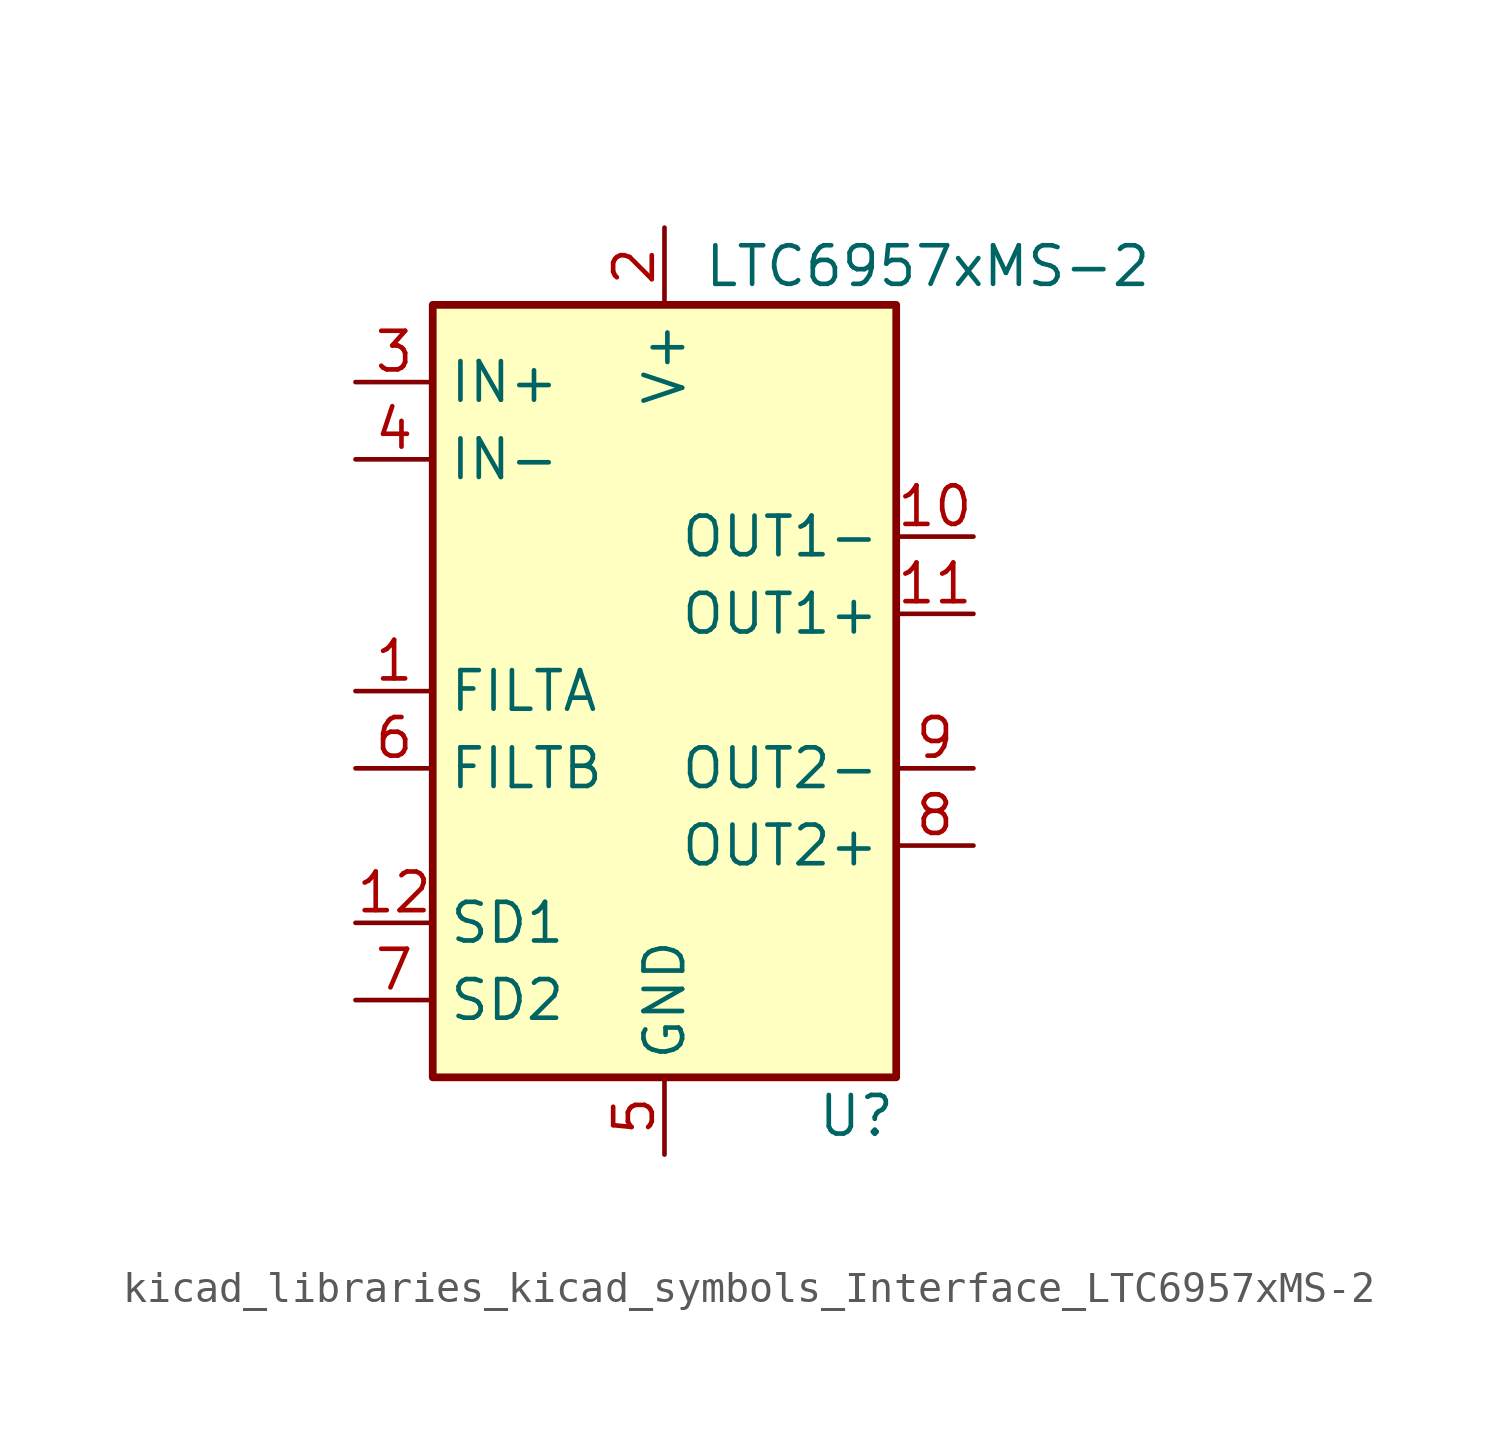
<source format=kicad_sym>
(kicad_symbol_lib
  (version 20220914)
  (generator kicad_symbol_editor)
  (symbol "kicad_libraries_kicad_symbols_Interface_LTC6957xMS-2"
    (property "Reference" "U"
      (at 7.62 -13.97 0)
      (effects (font (size 1.27 1.27)) (justify right)))
    (property "Value" "LTC6957xMS-2"
      (at 1.27 13.97 0)
      (effects (font (size 1.27 1.27)) (justify left)))
    (symbol "kicad_libraries_kicad_symbols_Interface_LTC6957xMS-2_0_1"
      (rectangle (start -7.62 12.7) (end 7.62 -12.7) (stroke (width 0.254) (type default)) (fill (type background))))
    (symbol "kicad_libraries_kicad_symbols_Interface_LTC6957xMS-2_1_1"
      (pin input line (at -10.16 0 0) (length 2.54) (name "FILTA" (effects (font (size 1.27 1.27)))) (number "1" (effects (font (size 1.27 1.27)))))
      (pin output line (at 10.16 5.08 180) (length 2.54) (name "OUT1-" (effects (font (size 1.27 1.27)))) (number "10" (effects (font (size 1.27 1.27)))))
      (pin output line (at 10.16 2.54 180) (length 2.54) (name "OUT1+" (effects (font (size 1.27 1.27)))) (number "11" (effects (font (size 1.27 1.27)))))
      (pin input line (at -10.16 -7.62 0) (length 2.54) (name "SD1" (effects (font (size 1.27 1.27)))) (number "12" (effects (font (size 1.27 1.27)))))
      (pin power_in line (at 0 15.24 270) (length 2.54) (name "V+" (effects (font (size 1.27 1.27)))) (number "2" (effects (font (size 1.27 1.27)))))
      (pin input line (at -10.16 10.16 0) (length 2.54) (name "IN+" (effects (font (size 1.27 1.27)))) (number "3" (effects (font (size 1.27 1.27)))))
      (pin input line (at -10.16 7.62 0) (length 2.54) (name "IN-" (effects (font (size 1.27 1.27)))) (number "4" (effects (font (size 1.27 1.27)))))
      (pin power_in line (at 0 -15.24 90) (length 2.54) (name "GND" (effects (font (size 1.27 1.27)))) (number "5" (effects (font (size 1.27 1.27)))))
      (pin input line (at -10.16 -2.54 0) (length 2.54) (name "FILTB" (effects (font (size 1.27 1.27)))) (number "6" (effects (font (size 1.27 1.27)))))
      (pin input line (at -10.16 -10.16 0) (length 2.54) (name "SD2" (effects (font (size 1.27 1.27)))) (number "7" (effects (font (size 1.27 1.27)))))
      (pin output line (at 10.16 -5.08 180) (length 2.54) (name "OUT2+" (effects (font (size 1.27 1.27)))) (number "8" (effects (font (size 1.27 1.27)))))
      (pin output line (at 10.16 -2.54 180) (length 2.54) (name "OUT2-" (effects (font (size 1.27 1.27)))) (number "9" (effects (font (size 1.27 1.27))))))))
</source>
